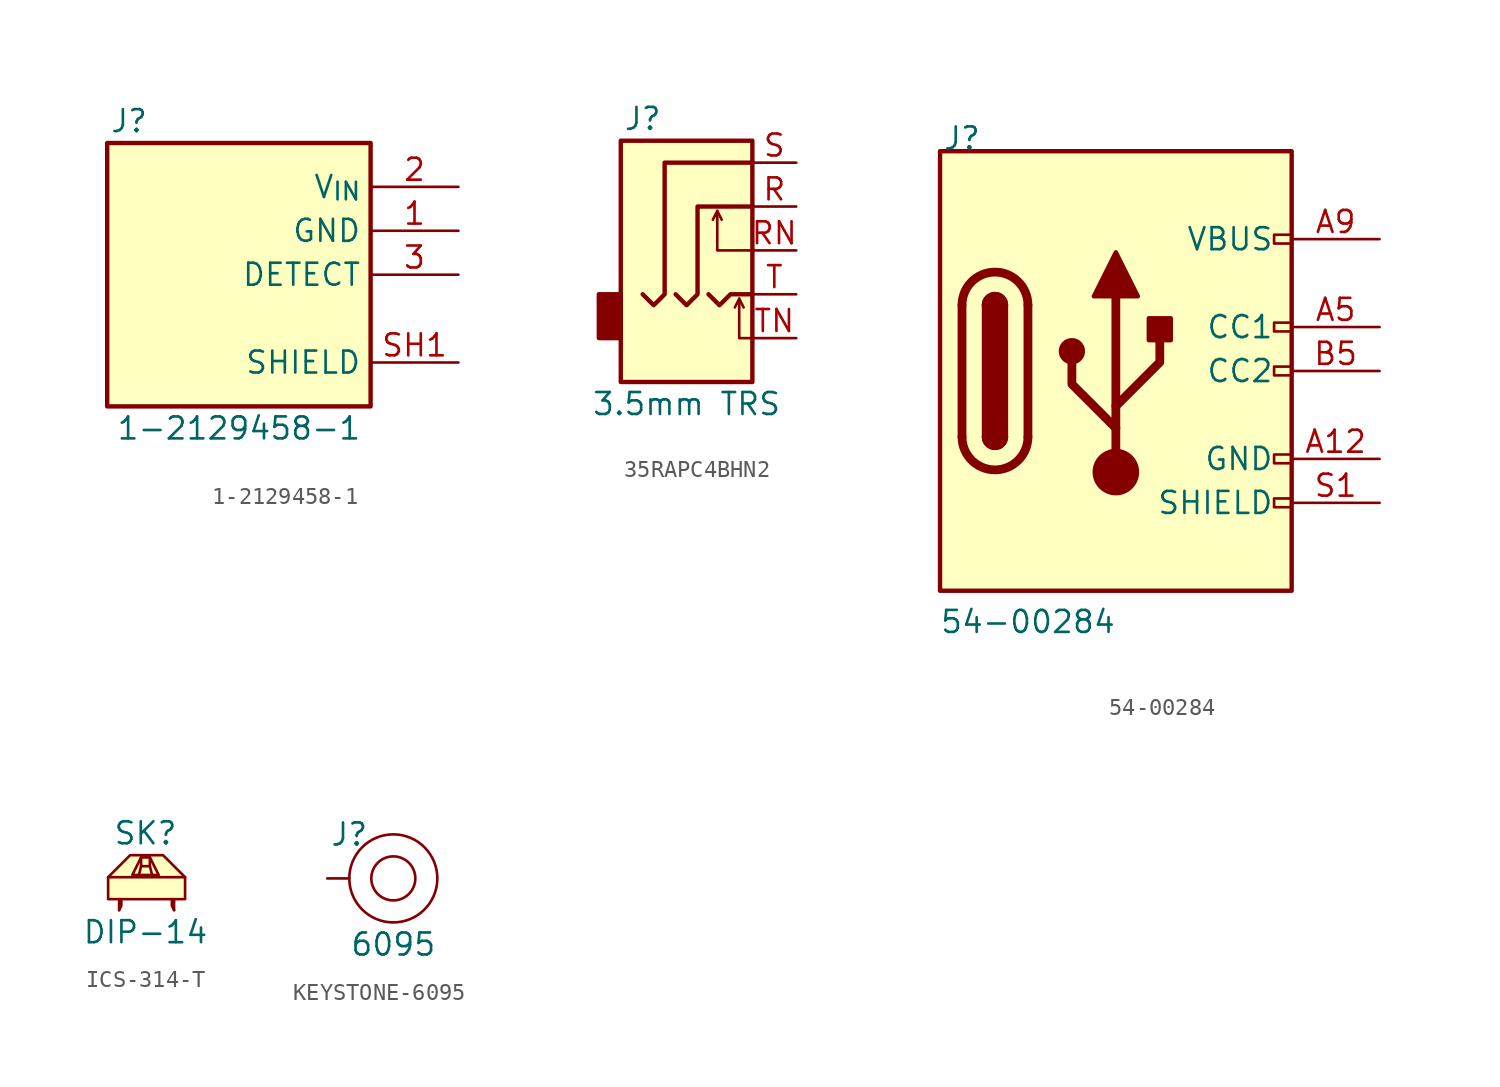
<source format=kicad_sym>
(kicad_symbol_lib
  (version 20220914)
  (generator kicad_symbol_editor)
  (symbol "1-2129458-1"
    (property "Reference" "J"
      (at -11.43 8.89 0)
      (effects (font (size 1.27 1.27))))
    (property "Value" "1-2129458-1"
      (at -5.08 -8.89 0)
      (effects (font (size 1.27 1.27))))
    (symbol "1-2129458-1_0_1"
      (rectangle (start -12.7 7.62) (end 2.54 -7.62) (stroke (width 0.254) (type default)) (fill (type background))))
    (symbol "1-2129458-1_1_1"
      (pin passive line (at 7.62 2.54 180) (length 5.08) (name "GND" (effects (font (size 1.27 1.27)))) (number "1" (effects (font (size 1.27 1.27)))))
      (pin passive line (at 7.62 5.08 180) (length 5.08) (name "V_{IN}" (effects (font (size 1.27 1.27)))) (number "2" (effects (font (size 1.27 1.27)))))
      (pin passive line (at 7.62 0 180) (length 5.08) (name "DETECT" (effects (font (size 1.27 1.27)))) (number "3" (effects (font (size 1.27 1.27)))))
      (pin passive line (at 7.62 5.08 180) (length 5.08) hide (name "V_{IN}" (effects (font (size 1.27 1.27)))) (number "4" (effects (font (size 1.27 1.27)))))
      (pin passive line (at 7.62 2.54 180) (length 5.08) hide (name "GND" (effects (font (size 1.27 1.27)))) (number "5" (effects (font (size 1.27 1.27)))))
      (pin passive line (at 7.62 -5.08 180) (length 5.08) (name "SHIELD" (effects (font (size 1.27 1.27)))) (number "SH1" (effects (font (size 1.27 1.27)))))
      (pin passive line (at 7.62 -5.08 180) (length 5.08) hide (name "SHIELD" (effects (font (size 1.27 1.27)))) (number "SH2" (effects (font (size 1.27 1.27)))))))
  (symbol "35RAPC4BHN2"
    (property "Reference" "J"
      (at -3.81 5.08 0)
      (effects (font (size 1.27 1.27))))
    (property "Value" "3.5mm TRS"
      (at -1.27 -11.43 0)
      (effects (font (size 1.27 1.27))))
    (symbol "35RAPC4BHN2_0_1"
      (rectangle (start -5.08 -5.08) (end -6.35 -7.62) (stroke (width 0.254) (type default)) (fill (type outline)))
      (polyline (pts (xy 0.508 -0.254) (xy 0.762 -0.762)) (stroke (width 0) (type default)) (fill (type none)))
      (polyline (pts (xy 1.778 -5.334) (xy 2.032 -5.842)) (stroke (width 0) (type default)) (fill (type none)))
      (polyline (pts (xy 0 -5.08) (xy 0.635 -5.715) (xy 1.27 -5.08) (xy 2.54 -5.08)) (stroke (width 0.254) (type default)) (fill (type none)))
      (polyline (pts (xy 2.54 -7.62) (xy 1.778 -7.62) (xy 1.778 -5.334) (xy 1.524 -5.842)) (stroke (width 0) (type default)) (fill (type none)))
      (polyline (pts (xy 2.54 -2.54) (xy 0.508 -2.54) (xy 0.508 -0.254) (xy 0.254 -0.762)) (stroke (width 0) (type default)) (fill (type none)))
      (polyline (pts (xy -1.905 -5.08) (xy -1.27 -5.715) (xy -0.635 -5.08) (xy -0.635 0) (xy 2.54 0)) (stroke (width 0.254) (type default)) (fill (type none)))
      (polyline (pts (xy 2.54 2.54) (xy -2.54 2.54) (xy -2.54 -5.08) (xy -3.175 -5.715) (xy -3.81 -5.08)) (stroke (width 0.254) (type default)) (fill (type none)))
      (rectangle (start 2.54 3.81) (end -5.08 -10.16) (stroke (width 0.254) (type default)) (fill (type background))))
    (symbol "35RAPC4BHN2_1_1"
      (pin passive line (at 5.08 0 180) (length 2.54) (name "~" (effects (font (size 1.27 1.27)))) (number "R" (effects (font (size 1.27 1.27)))))
      (pin passive line (at 5.08 -2.54 180) (length 2.54) (name "~" (effects (font (size 1.27 1.27)))) (number "RN" (effects (font (size 1.27 1.27)))))
      (pin passive line (at 5.08 2.54 180) (length 2.54) (name "~" (effects (font (size 1.27 1.27)))) (number "S" (effects (font (size 1.27 1.27)))))
      (pin passive line (at 5.08 -5.08 180) (length 2.54) (name "~" (effects (font (size 1.27 1.27)))) (number "T" (effects (font (size 1.27 1.27)))))
      (pin passive line (at 5.08 -7.62 180) (length 2.54) (name "~" (effects (font (size 1.27 1.27)))) (number "TN" (effects (font (size 1.27 1.27)))))))
  (symbol "54-00284"
    (pin_names
      (offset 1.016))
    (property "Reference" "J"
      (at -8.89 12.7 0)
      (effects (font (size 1.27 1.27)) (justify bottom)))
    (property "Value" "54-00284"
      (at -5.08 -15.24 0)
      (effects (font (size 1.27 1.27)) (justify bottom)))
    (symbol "54-00284_0_0"
      (rectangle (start 9.144 -7.366) (end 10.16 -7.874) (stroke (width 0) (type default)) (fill (type none)))
      (rectangle (start 9.144 -4.826) (end 10.16 -5.334) (stroke (width 0) (type default)) (fill (type none)))
      (rectangle (start 10.16 0.254) (end 9.144 -0.254) (stroke (width 0) (type default)) (fill (type none)))
      (rectangle (start 10.16 2.794) (end 9.144 2.286) (stroke (width 0) (type default)) (fill (type none)))
      (rectangle (start 10.16 7.874) (end 9.144 7.366) (stroke (width 0) (type default)) (fill (type none))))
    (symbol "54-00284_0_1"
      (rectangle (start -10.16 12.7) (end 10.16 -12.7) (stroke (width 0.254) (type default)) (fill (type background)))
      (arc (start -8.89 -3.81) (mid -6.985 -5.7067) (end -5.08 -3.81) (stroke (width 0.508) (type default)) (fill (type none)))
      (arc (start -7.62 -3.81) (mid -6.985 -4.4423) (end -6.35 -3.81) (stroke (width 0.254) (type default)) (fill (type none)))
      (arc (start -7.62 -3.81) (mid -6.985 -4.4423) (end -6.35 -3.81) (stroke (width 0.254) (type default)) (fill (type outline)))
      (rectangle (start -7.62 -3.81) (end -6.35 3.81) (stroke (width 0.254) (type default)) (fill (type outline)))
      (arc (start -6.35 3.81) (mid -6.985 4.4423) (end -7.62 3.81) (stroke (width 0.254) (type default)) (fill (type none)))
      (arc (start -6.35 3.81) (mid -6.985 4.4423) (end -7.62 3.81) (stroke (width 0.254) (type default)) (fill (type outline)))
      (arc (start -5.08 3.81) (mid -6.985 5.7067) (end -8.89 3.81) (stroke (width 0.508) (type default)) (fill (type none)))
      (circle (center -2.54 1.143) (radius 0.635) (stroke (width 0.254) (type default)) (fill (type outline)))
      (circle (center 0 -5.842) (radius 1.27) (stroke (width 0) (type default)) (fill (type outline)))
      (polyline (pts (xy -8.89 -3.81) (xy -8.89 3.81)) (stroke (width 0.508) (type default)) (fill (type none)))
      (polyline (pts (xy -5.08 3.81) (xy -5.08 -3.81)) (stroke (width 0.508) (type default)) (fill (type none)))
      (polyline (pts (xy 0 -5.842) (xy 0 4.318)) (stroke (width 0.508) (type default)) (fill (type none)))
      (polyline (pts (xy 0 -3.302) (xy -2.54 -0.762) (xy -2.54 0.508)) (stroke (width 0.508) (type default)) (fill (type none)))
      (polyline (pts (xy 0 -2.032) (xy 2.54 0.508) (xy 2.54 1.778)) (stroke (width 0.508) (type default)) (fill (type none)))
      (polyline (pts (xy -1.27 4.318) (xy 0 6.858) (xy 1.27 4.318) (xy -1.27 4.318)) (stroke (width 0.254) (type default)) (fill (type outline)))
      (rectangle (start 1.905 1.778) (end 3.175 3.048) (stroke (width 0.254) (type default)) (fill (type outline))))
    (symbol "54-00284_1_1"
      (pin passive line (at 15.24 -5.08 180) (length 5.08) (name "GND" (effects (font (size 1.27 1.27)))) (number "A12" (effects (font (size 1.27 1.27)))))
      (pin bidirectional line (at 15.24 2.54 180) (length 5.08) (name "CC1" (effects (font (size 1.27 1.27)))) (number "A5" (effects (font (size 1.27 1.27)))))
      (pin passive line (at 15.24 7.62 180) (length 5.08) (name "VBUS" (effects (font (size 1.27 1.27)))) (number "A9" (effects (font (size 1.27 1.27)))))
      (pin passive line (at 15.24 -5.08 180) (length 5.08) hide (name "GND" (effects (font (size 1.27 1.27)))) (number "B12" (effects (font (size 1.27 1.27)))))
      (pin bidirectional line (at 15.24 0 180) (length 5.08) (name "CC2" (effects (font (size 1.27 1.27)))) (number "B5" (effects (font (size 1.27 1.27)))))
      (pin passive line (at 15.24 7.62 180) (length 5.08) hide (name "VBUS" (effects (font (size 1.27 1.27)))) (number "B9" (effects (font (size 1.27 1.27)))))
      (pin passive line (at 15.24 -7.62 180) (length 5.08) (name "SHIELD" (effects (font (size 1.27 1.27)))) (number "S1" (effects (font (size 1.27 1.27)))))
      (pin passive line (at 15.24 -7.62 180) (length 5.08) hide (name "SHIELD" (effects (font (size 1.27 1.27)))) (number "S2" (effects (font (size 1.27 1.27)))))
      (pin passive line (at 15.24 -7.62 180) (length 5.08) hide (name "SHIELD" (effects (font (size 1.27 1.27)))) (number "S3" (effects (font (size 1.27 1.27)))))
      (pin passive line (at 15.24 -7.62 180) (length 5.08) hide (name "SHIELD" (effects (font (size 1.27 1.27)))) (number "S4" (effects (font (size 1.27 1.27)))))))
  (symbol "ICS-314-T"
    (property "Reference" "SK"
      (at 0 2.54 0)
      (effects (font (size 1.27 1.27))))
    (property "Value" "DIP-14"
      (at 0 -3.175 0)
      (effects (font (size 1.27 1.27))))
    (symbol "ICS-314-T_0_1"
      (polyline (pts (xy -1.524 -1.27) (xy -1.524 -1.905)) (stroke (width 0) (type default)) (fill (type none)))
      (polyline (pts (xy 0.254 0.635) (xy 0.381 0.127)) (stroke (width 0) (type default)) (fill (type none)))
      (polyline (pts (xy 1.651 -1.27) (xy 1.651 -1.905)) (stroke (width 0) (type default)) (fill (type none)))
      (polyline (pts (xy -1.524 -1.905) (xy -1.397 -1.651) (xy -1.397 -1.27)) (stroke (width 0) (type default)) (fill (type none)))
      (polyline (pts (xy -0.254 0.635) (xy 0.254 0.635) (xy 0.254 1.143)) (stroke (width 0) (type default)) (fill (type none)))
      (polyline (pts (xy -0.254 1.143) (xy -0.254 0.635) (xy -0.381 0.127)) (stroke (width 0) (type default)) (fill (type none)))
      (polyline (pts (xy 1.651 -1.905) (xy 1.524 -1.651) (xy 1.524 -1.27)) (stroke (width 0) (type default)) (fill (type none)))
      (polyline (pts (xy -0.762 0.127) (xy -0.254 1.143) (xy 0.254 1.143) (xy 0.762 0.127) (xy -0.762 0.127)) (stroke (width 0) (type default)) (fill (type none))))
    (symbol "ICS-314-T_1_1"
      (polyline (pts (xy -2.159 0) (xy 2.286 0)) (stroke (width 0) (type default)) (fill (type none)))
      (polyline (pts (xy -2.159 -1.27) (xy -2.159 0) (xy -0.889 1.27) (xy 1.016 1.27) (xy 2.286 0) (xy 2.286 -1.27) (xy -2.159 -1.27)) (stroke (width 0) (type default)) (fill (type background)))))
  (symbol "KEYSTONE-6095"
    (property "Reference" "J"
      (at -2.54 2.54 0)
      (effects (font (size 1.27 1.27))))
    (property "Value" "6095"
      (at 0 -3.81 0)
      (effects (font (size 1.27 1.27))))
    (symbol "KEYSTONE-6095_0_1"
      (circle (center 0 0) (radius 1.27) (stroke (width 0) (type default)) (fill (type none)))
      (circle (center 0 0) (radius 2.54) (stroke (width 0) (type default)) (fill (type none))))
    (symbol "KEYSTONE-6095_1_1"
      (pin passive line (at -3.81 0 0) (length 1.27) (name "" (effects (font (size 1.27 1.27)))) (number "1" (effects (font (size 0 0))))))))
</source>
